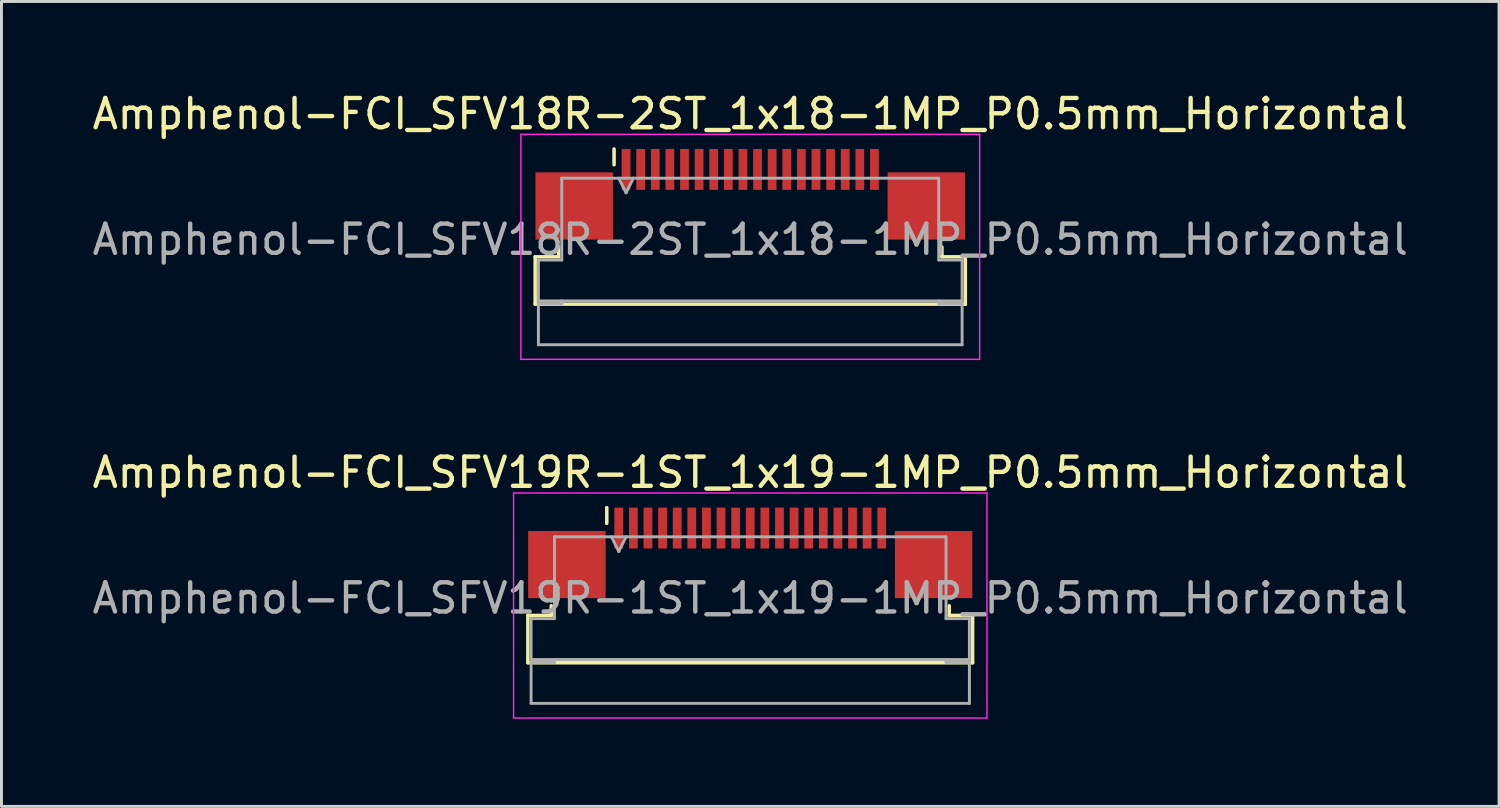
<source format=kicad_pcb>
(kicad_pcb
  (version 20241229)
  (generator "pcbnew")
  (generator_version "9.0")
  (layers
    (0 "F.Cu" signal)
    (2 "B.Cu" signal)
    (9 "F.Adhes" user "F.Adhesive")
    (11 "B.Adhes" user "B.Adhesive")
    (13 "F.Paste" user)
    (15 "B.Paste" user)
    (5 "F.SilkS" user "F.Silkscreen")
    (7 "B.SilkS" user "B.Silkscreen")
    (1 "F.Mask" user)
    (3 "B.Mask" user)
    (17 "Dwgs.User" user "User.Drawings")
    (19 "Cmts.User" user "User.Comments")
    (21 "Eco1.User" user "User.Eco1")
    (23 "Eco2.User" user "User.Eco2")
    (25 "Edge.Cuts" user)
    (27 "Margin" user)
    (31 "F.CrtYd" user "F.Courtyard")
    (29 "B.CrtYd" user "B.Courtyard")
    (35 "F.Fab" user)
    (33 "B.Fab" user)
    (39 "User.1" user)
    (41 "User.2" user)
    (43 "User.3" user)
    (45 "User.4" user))
  (footprint "Amphenol-FCI_SFV18R-2ST_1x18-1MP_P0.5mm_Horizontal"
    (layer "F.Cu")
    (at 22.625 4.748)
    (property "Reference" "Amphenol-FCI_SFV18R-2ST_1x18-1MP_P0.5mm_Horizontal" (at 0 -3.9 0) (layer "F.SilkS") (effects (font (size 1 1) (thickness 0.15))))
    (attr smd)
    (fp_line (start -7.36 0.99) (end -6.56 0.99) (stroke (width 0.12) (type solid)) (layer "F.SilkS"))
    (fp_line (start -7.36 2.61) (end -7.36 0.99) (stroke (width 0.12) (type solid)) (layer "F.SilkS"))
    (fp_line (start -6.56 0.99) (end -6.56 0.66) (stroke (width 0.12) (type solid)) (layer "F.SilkS"))
    (fp_line (start -4.66 -2.16) (end -4.66 -2.7) (stroke (width 0.12) (type solid)) (layer "F.SilkS"))
    (fp_line (start 6.56 0.66) (end 6.56 0.99) (stroke (width 0.12) (type solid)) (layer "F.SilkS"))
    (fp_line (start 6.56 0.99) (end 7.36 0.99) (stroke (width 0.12) (type solid)) (layer "F.SilkS"))
    (fp_line (start 7.36 0.99) (end 7.36 2.61) (stroke (width 0.12) (type solid)) (layer "F.SilkS"))
    (fp_line (start 7.36 2.61) (end -7.36 2.61) (stroke (width 0.12) (type solid)) (layer "F.SilkS"))
    (fp_line (start -7.85 -3.2) (end -7.85 4.5) (stroke (width 0.05) (type solid)) (layer "F.CrtYd"))
    (fp_line (start -7.85 4.5) (end 7.85 4.5) (stroke (width 0.05) (type solid)) (layer "F.CrtYd"))
    (fp_line (start 7.85 -3.2) (end -7.85 -3.2) (stroke (width 0.05) (type solid)) (layer "F.CrtYd"))
    (fp_line (start 7.85 4.5) (end 7.85 -3.2) (stroke (width 0.05) (type solid)) (layer "F.CrtYd"))
    (fp_line (start -7.25 1.1) (end -6.45 1.1) (stroke (width 0.1) (type solid)) (layer "F.Fab"))
    (fp_line (start -7.25 2.5) (end -7.25 1.1) (stroke (width 0.1) (type solid)) (layer "F.Fab"))
    (fp_line (start -7.25 2.6) (end -6.45 2.6) (stroke (width 0.1) (type solid)) (layer "F.Fab"))
    (fp_line (start -7.25 4) (end -7.25 2.6) (stroke (width 0.1) (type solid)) (layer "F.Fab"))
    (fp_line (start -6.45 -1.7) (end 6.45 -1.7) (stroke (width 0.1) (type solid)) (layer "F.Fab"))
    (fp_line (start -6.45 1.1) (end -6.45 -1.7) (stroke (width 0.1) (type solid)) (layer "F.Fab"))
    (fp_line (start -6.45 2.6) (end -6.45 2.5) (stroke (width 0.1) (type solid)) (layer "F.Fab"))
    (fp_line (start -4.5 -1.7) (end -4.25 -1.2) (stroke (width 0.1) (type solid)) (layer "F.Fab"))
    (fp_line (start -4.25 -1.2) (end -4 -1.7) (stroke (width 0.1) (type solid)) (layer "F.Fab"))
    (fp_line (start 6.45 -1.7) (end 6.45 1.1) (stroke (width 0.1) (type solid)) (layer "F.Fab"))
    (fp_line (start 6.45 1.1) (end 7.25 1.1) (stroke (width 0.1) (type solid)) (layer "F.Fab"))
    (fp_line (start 6.45 2.5) (end 6.45 2.6) (stroke (width 0.1) (type solid)) (layer "F.Fab"))
    (fp_line (start 6.45 2.6) (end 7.25 2.6) (stroke (width 0.1) (type solid)) (layer "F.Fab"))
    (fp_line (start 7.25 1.1) (end 7.25 2.5) (stroke (width 0.1) (type solid)) (layer "F.Fab"))
    (fp_line (start 7.25 2.5) (end -7.25 2.5) (stroke (width 0.1) (type solid)) (layer "F.Fab"))
    (fp_line (start 7.25 2.6) (end 7.25 4) (stroke (width 0.1) (type solid)) (layer "F.Fab"))
    (fp_line (start 7.25 4) (end -7.25 4) (stroke (width 0.1) (type solid)) (layer "F.Fab"))
    (fp_text user "${REFERENCE}" (at 0 0.4 0) (layer "F.Fab") (effects (font (size 1 1) (thickness 0.15))))
    (pad "1" smd rect (at -4.25 -2) (size 0.3 1.4) (layers "F.Cu" "F.Mask" "F.Paste"))
    (pad "2" smd rect (at -3.75 -2) (size 0.3 1.4) (layers "F.Cu" "F.Mask" "F.Paste"))
    (pad "3" smd rect (at -3.25 -2) (size 0.3 1.4) (layers "F.Cu" "F.Mask" "F.Paste"))
    (pad "4" smd rect (at -2.75 -2) (size 0.3 1.4) (layers "F.Cu" "F.Mask" "F.Paste"))
    (pad "5" smd rect (at -2.25 -2) (size 0.3 1.4) (layers "F.Cu" "F.Mask" "F.Paste"))
    (pad "6" smd rect (at -1.75 -2) (size 0.3 1.4) (layers "F.Cu" "F.Mask" "F.Paste"))
    (pad "7" smd rect (at -1.25 -2) (size 0.3 1.4) (layers "F.Cu" "F.Mask" "F.Paste"))
    (pad "8" smd rect (at -0.75 -2) (size 0.3 1.4) (layers "F.Cu" "F.Mask" "F.Paste"))
    (pad "9" smd rect (at -0.25 -2) (size 0.3 1.4) (layers "F.Cu" "F.Mask" "F.Paste"))
    (pad "10" smd rect (at 0.25 -2) (size 0.3 1.4) (layers "F.Cu" "F.Mask" "F.Paste"))
    (pad "11" smd rect (at 0.75 -2) (size 0.3 1.4) (layers "F.Cu" "F.Mask" "F.Paste"))
    (pad "12" smd rect (at 1.25 -2) (size 0.3 1.4) (layers "F.Cu" "F.Mask" "F.Paste"))
    (pad "13" smd rect (at 1.75 -2) (size 0.3 1.4) (layers "F.Cu" "F.Mask" "F.Paste"))
    (pad "14" smd rect (at 2.25 -2) (size 0.3 1.4) (layers "F.Cu" "F.Mask" "F.Paste"))
    (pad "15" smd rect (at 2.75 -2) (size 0.3 1.4) (layers "F.Cu" "F.Mask" "F.Paste"))
    (pad "16" smd rect (at 3.25 -2) (size 0.3 1.4) (layers "F.Cu" "F.Mask" "F.Paste"))
    (pad "17" smd rect (at 3.75 -2) (size 0.3 1.4) (layers "F.Cu" "F.Mask" "F.Paste"))
    (pad "18" smd rect (at 4.25 -2) (size 0.3 1.4) (layers "F.Cu" "F.Mask" "F.Paste"))
    (pad "MP" smd rect (at -6.025 -0.75) (size 2.65 2.3) (layers "F.Cu" "F.Mask" "F.Paste"))
    (pad "MP" smd rect (at 6.025 -0.75) (size 2.65 2.3) (layers "F.Cu" "F.Mask" "F.Paste")))
  (footprint "Amphenol-FCI_SFV19R-1ST_1x19-1MP_P0.5mm_Horizontal"
    (layer "F.Cu")
    (at 22.625 17.021)
    (property "Reference" "Amphenol-FCI_SFV19R-1ST_1x19-1MP_P0.5mm_Horizontal" (at 0 -3.9 0) (layer "F.SilkS") (effects (font (size 1 1) (thickness 0.15))))
    (attr smd)
    (fp_line (start -7.61 0.99) (end -6.81 0.99) (stroke (width 0.12) (type solid)) (layer "F.SilkS"))
    (fp_line (start -7.61 2.61) (end -7.61 0.99) (stroke (width 0.12) (type solid)) (layer "F.SilkS"))
    (fp_line (start -6.81 0.99) (end -6.81 0.66) (stroke (width 0.12) (type solid)) (layer "F.SilkS"))
    (fp_line (start -4.91 -2.16) (end -4.91 -2.7) (stroke (width 0.12) (type solid)) (layer "F.SilkS"))
    (fp_line (start 6.81 0.66) (end 6.81 0.99) (stroke (width 0.12) (type solid)) (layer "F.SilkS"))
    (fp_line (start 6.81 0.99) (end 7.61 0.99) (stroke (width 0.12) (type solid)) (layer "F.SilkS"))
    (fp_line (start 7.61 0.99) (end 7.61 2.61) (stroke (width 0.12) (type solid)) (layer "F.SilkS"))
    (fp_line (start 7.61 2.61) (end -7.61 2.61) (stroke (width 0.12) (type solid)) (layer "F.SilkS"))
    (fp_line (start -8.1 -3.2) (end -8.1 4.5) (stroke (width 0.05) (type solid)) (layer "F.CrtYd"))
    (fp_line (start -8.1 4.5) (end 8.1 4.5) (stroke (width 0.05) (type solid)) (layer "F.CrtYd"))
    (fp_line (start 8.1 -3.2) (end -8.1 -3.2) (stroke (width 0.05) (type solid)) (layer "F.CrtYd"))
    (fp_line (start 8.1 4.5) (end 8.1 -3.2) (stroke (width 0.05) (type solid)) (layer "F.CrtYd"))
    (fp_line (start -7.5 1.1) (end -6.7 1.1) (stroke (width 0.1) (type solid)) (layer "F.Fab"))
    (fp_line (start -7.5 2.5) (end -7.5 1.1) (stroke (width 0.1) (type solid)) (layer "F.Fab"))
    (fp_line (start -7.5 2.6) (end -6.7 2.6) (stroke (width 0.1) (type solid)) (layer "F.Fab"))
    (fp_line (start -7.5 4) (end -7.5 2.6) (stroke (width 0.1) (type solid)) (layer "F.Fab"))
    (fp_line (start -6.7 -1.7) (end 6.7 -1.7) (stroke (width 0.1) (type solid)) (layer "F.Fab"))
    (fp_line (start -6.7 1.1) (end -6.7 -1.7) (stroke (width 0.1) (type solid)) (layer "F.Fab"))
    (fp_line (start -6.7 2.6) (end -6.7 2.5) (stroke (width 0.1) (type solid)) (layer "F.Fab"))
    (fp_line (start -4.75 -1.7) (end -4.5 -1.2) (stroke (width 0.1) (type solid)) (layer "F.Fab"))
    (fp_line (start -4.5 -1.2) (end -4.25 -1.7) (stroke (width 0.1) (type solid)) (layer "F.Fab"))
    (fp_line (start 6.7 -1.7) (end 6.7 1.1) (stroke (width 0.1) (type solid)) (layer "F.Fab"))
    (fp_line (start 6.7 1.1) (end 7.5 1.1) (stroke (width 0.1) (type solid)) (layer "F.Fab"))
    (fp_line (start 6.7 2.5) (end 6.7 2.6) (stroke (width 0.1) (type solid)) (layer "F.Fab"))
    (fp_line (start 6.7 2.6) (end 7.5 2.6) (stroke (width 0.1) (type solid)) (layer "F.Fab"))
    (fp_line (start 7.5 1.1) (end 7.5 2.5) (stroke (width 0.1) (type solid)) (layer "F.Fab"))
    (fp_line (start 7.5 2.5) (end -7.5 2.5) (stroke (width 0.1) (type solid)) (layer "F.Fab"))
    (fp_line (start 7.5 2.6) (end 7.5 4) (stroke (width 0.1) (type solid)) (layer "F.Fab"))
    (fp_line (start 7.5 4) (end -7.5 4) (stroke (width 0.1) (type solid)) (layer "F.Fab"))
    (fp_text user "${REFERENCE}" (at 0 0.4 0) (layer "F.Fab") (effects (font (size 1 1) (thickness 0.15))))
    (pad "1" smd rect (at -4.5 -2) (size 0.3 1.4) (layers "F.Cu" "F.Mask" "F.Paste"))
    (pad "2" smd rect (at -4 -2) (size 0.3 1.4) (layers "F.Cu" "F.Mask" "F.Paste"))
    (pad "3" smd rect (at -3.5 -2) (size 0.3 1.4) (layers "F.Cu" "F.Mask" "F.Paste"))
    (pad "4" smd rect (at -3 -2) (size 0.3 1.4) (layers "F.Cu" "F.Mask" "F.Paste"))
    (pad "5" smd rect (at -2.5 -2) (size 0.3 1.4) (layers "F.Cu" "F.Mask" "F.Paste"))
    (pad "6" smd rect (at -2 -2) (size 0.3 1.4) (layers "F.Cu" "F.Mask" "F.Paste"))
    (pad "7" smd rect (at -1.5 -2) (size 0.3 1.4) (layers "F.Cu" "F.Mask" "F.Paste"))
    (pad "8" smd rect (at -1 -2) (size 0.3 1.4) (layers "F.Cu" "F.Mask" "F.Paste"))
    (pad "9" smd rect (at -0.5 -2) (size 0.3 1.4) (layers "F.Cu" "F.Mask" "F.Paste"))
    (pad "10" smd rect (at 0 -2) (size 0.3 1.4) (layers "F.Cu" "F.Mask" "F.Paste"))
    (pad "11" smd rect (at 0.5 -2) (size 0.3 1.4) (layers "F.Cu" "F.Mask" "F.Paste"))
    (pad "12" smd rect (at 1 -2) (size 0.3 1.4) (layers "F.Cu" "F.Mask" "F.Paste"))
    (pad "13" smd rect (at 1.5 -2) (size 0.3 1.4) (layers "F.Cu" "F.Mask" "F.Paste"))
    (pad "14" smd rect (at 2 -2) (size 0.3 1.4) (layers "F.Cu" "F.Mask" "F.Paste"))
    (pad "15" smd rect (at 2.5 -2) (size 0.3 1.4) (layers "F.Cu" "F.Mask" "F.Paste"))
    (pad "16" smd rect (at 3 -2) (size 0.3 1.4) (layers "F.Cu" "F.Mask" "F.Paste"))
    (pad "17" smd rect (at 3.5 -2) (size 0.3 1.4) (layers "F.Cu" "F.Mask" "F.Paste"))
    (pad "18" smd rect (at 4 -2) (size 0.3 1.4) (layers "F.Cu" "F.Mask" "F.Paste"))
    (pad "19" smd rect (at 4.5 -2) (size 0.3 1.4) (layers "F.Cu" "F.Mask" "F.Paste"))
    (pad "MP" smd rect (at -6.275 -0.75) (size 2.65 2.3) (layers "F.Cu" "F.Mask" "F.Paste"))
    (pad "MP" smd rect (at 6.275 -0.75) (size 2.65 2.3) (layers "F.Cu" "F.Mask" "F.Paste")))
  (gr_rect
    (start -3 -3)
    (end 48.25 24.547)
    (stroke (width 0.1) (type default))
    (fill no)
    (layer "Edge.Cuts")))
</source>
